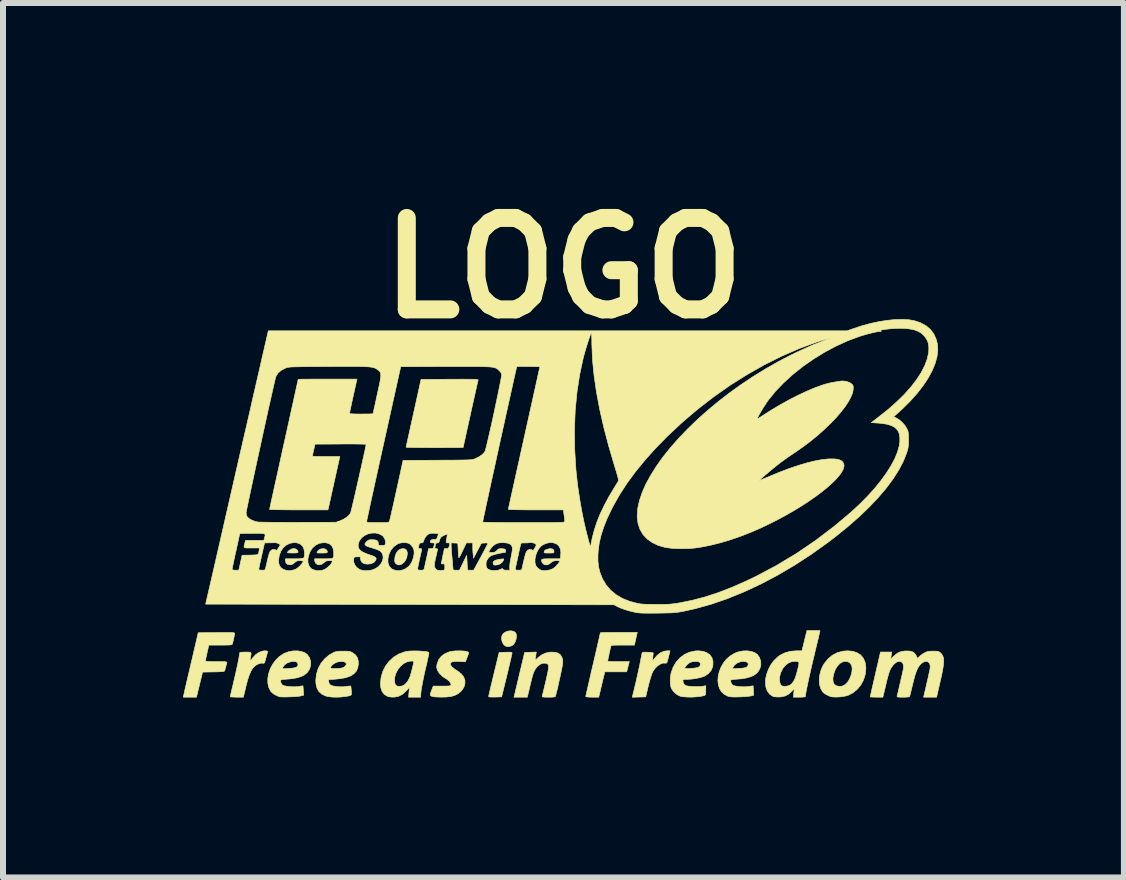
<source format=kicad_pcb>
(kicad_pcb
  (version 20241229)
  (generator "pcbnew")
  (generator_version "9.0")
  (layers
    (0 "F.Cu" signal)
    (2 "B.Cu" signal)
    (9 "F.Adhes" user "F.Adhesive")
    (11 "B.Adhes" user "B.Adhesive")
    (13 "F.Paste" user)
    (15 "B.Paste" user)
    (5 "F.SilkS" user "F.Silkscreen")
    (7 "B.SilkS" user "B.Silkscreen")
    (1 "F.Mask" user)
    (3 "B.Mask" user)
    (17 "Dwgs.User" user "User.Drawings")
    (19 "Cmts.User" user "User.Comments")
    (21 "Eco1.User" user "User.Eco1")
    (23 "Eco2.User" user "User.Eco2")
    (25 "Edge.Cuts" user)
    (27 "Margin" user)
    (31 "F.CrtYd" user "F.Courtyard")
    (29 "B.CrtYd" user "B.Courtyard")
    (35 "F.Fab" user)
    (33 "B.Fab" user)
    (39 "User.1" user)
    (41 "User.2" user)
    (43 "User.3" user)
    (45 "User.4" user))
  (footprint "LOGO"
    (layer "F.Cu")
    (at 6.344 5.418)
    (property "Reference" "LOGO" (at 0 -4 0) (layer "F.SilkS") (effects (font (size 1.524 1.524) (thickness 0.3))))
    (attr through_hole)
    (fp_poly (pts (xy -4.463 0.683) (xy -4.44 0.701) (xy -4.427 0.723) (xy -4.425 0.738) (xy -4.437 0.747) (xy -4.466 0.75) (xy -4.514 0.751) (xy -4.514 0.751) (xy -4.554 0.75) (xy -4.586 0.748) (xy -4.602 0.744) (xy -4.604 0.742) (xy -4.596 0.729) (xy -4.578 0.711) (xy -4.571 0.705) (xy -4.535 0.684) (xy -4.497 0.676) (xy -4.463 0.683)) (stroke (width 0.01) (type solid)) (fill yes) (layer "F.SilkS"))
    (fp_poly (pts (xy -3.982 0.681) (xy -3.955 0.695) (xy -3.939 0.718) (xy -3.937 0.734) (xy -3.94 0.742) (xy -3.951 0.748) (xy -3.974 0.75) (xy -4.013 0.751) (xy -4.027 0.751) (xy -4.071 0.751) (xy -4.097 0.75) (xy -4.109 0.746) (xy -4.11 0.739) (xy -4.107 0.731) (xy -4.083 0.703) (xy -4.051 0.685) (xy -4.016 0.678) (xy -3.982 0.681)) (stroke (width 0.01) (type solid)) (fill yes) (layer "F.SilkS"))
    (fp_poly (pts (xy -2.641 0.684) (xy -2.616 0.704) (xy -2.605 0.74) (xy -2.604 0.763) (xy -2.611 0.815) (xy -2.629 0.863) (xy -2.656 0.903) (xy -2.689 0.932) (xy -2.725 0.948) (xy -2.761 0.948) (xy -2.778 0.94) (xy -2.802 0.922) (xy -2.812 0.9) (xy -2.815 0.868) (xy -2.808 0.807) (xy -2.789 0.755) (xy -2.759 0.713) (xy -2.722 0.687) (xy -2.68 0.677) (xy -2.641 0.684)) (stroke (width 0.01) (type solid)) (fill yes) (layer "F.SilkS"))
    (fp_poly (pts (xy -0.998 0.849) (xy -0.995 0.851) (xy -1.003 0.876) (xy -1.023 0.904) (xy -1.05 0.928) (xy -1.062 0.935) (xy -1.096 0.947) (xy -1.13 0.952) (xy -1.157 0.951) (xy -1.168 0.945) (xy -1.173 0.93) (xy -1.175 0.913) (xy -1.168 0.892) (xy -1.145 0.876) (xy -1.14 0.874) (xy -1.114 0.865) (xy -1.08 0.857) (xy -1.046 0.852) (xy -1.016 0.849) (xy -0.998 0.849)) (stroke (width 0.01) (type solid)) (fill yes) (layer "F.SilkS"))
    (fp_poly (pts (xy -0.821 2.062) (xy -0.803 2.075) (xy -0.788 2.104) (xy -0.784 2.144) (xy -0.791 2.188) (xy -0.806 2.232) (xy -0.828 2.269) (xy -0.85 2.289) (xy -0.887 2.305) (xy -0.928 2.311) (xy -0.959 2.307) (xy -0.991 2.284) (xy -1.016 2.247) (xy -1.03 2.203) (xy -1.033 2.157) (xy -1.022 2.117) (xy -0.994 2.084) (xy -0.954 2.061) (xy -0.908 2.049) (xy -0.862 2.049) (xy -0.821 2.062)) (stroke (width 0.01) (type solid)) (fill yes) (layer "F.SilkS"))
    (fp_poly (pts (xy -0.183 0.684) (xy -0.163 0.703) (xy -0.159 0.727) (xy -0.16 0.739) (xy -0.166 0.746) (xy -0.182 0.75) (xy -0.212 0.751) (xy -0.245 0.751) (xy -0.287 0.751) (xy -0.312 0.749) (xy -0.323 0.744) (xy -0.325 0.737) (xy -0.324 0.735) (xy -0.318 0.718) (xy -0.318 0.714) (xy -0.308 0.704) (xy -0.286 0.693) (xy -0.257 0.684) (xy -0.229 0.678) (xy -0.22 0.677) (xy -0.183 0.684)) (stroke (width 0.01) (type solid)) (fill yes) (layer "F.SilkS"))
    (fp_poly (pts (xy -0.885 2.404) (xy -0.867 2.407) (xy -0.859 2.412) (xy -0.858 2.421) (xy -0.861 2.435) (xy -0.868 2.468) (xy -0.879 2.516) (xy -0.893 2.577) (xy -0.91 2.648) (xy -0.929 2.728) (xy -0.945 2.794) (xy -1.032 3.149) (xy -1.14 3.152) (xy -1.192 3.152) (xy -1.225 3.151) (xy -1.243 3.148) (xy -1.248 3.141) (xy -1.248 3.141) (xy -1.246 3.128) (xy -1.239 3.097) (xy -1.228 3.05) (xy -1.214 2.989) (xy -1.197 2.919) (xy -1.178 2.839) (xy -1.161 2.768) (xy -1.073 2.408) (xy -0.965 2.405) (xy -0.916 2.404) (xy -0.885 2.404)) (stroke (width 0.01) (type solid)) (fill yes) (layer "F.SilkS"))
    (fp_poly (pts (xy -1.604 -2.146) (xy -1.541 -2.146) (xy -1.494 -2.145) (xy -1.46 -2.143) (xy -1.438 -2.141) (xy -1.426 -2.138) (xy -1.423 -2.135) (xy -1.426 -2.123) (xy -1.433 -2.093) (xy -1.444 -2.046) (xy -1.457 -1.986) (xy -1.473 -1.915) (xy -1.491 -1.835) (xy -1.51 -1.748) (xy -1.531 -1.656) (xy -1.551 -1.563) (xy -1.572 -1.47) (xy -1.592 -1.379) (xy -1.611 -1.293) (xy -1.628 -1.215) (xy -1.643 -1.145) (xy -1.656 -1.088) (xy -1.665 -1.045) (xy -1.671 -1.018) (xy -1.672 -1.01) (xy -1.682 -1.009) (xy -1.712 -1.008) (xy -1.758 -1.007) (xy -1.819 -1.007) (xy -1.893 -1.006) (xy -1.977 -1.006) (xy -2.07 -1.005) (xy -2.148 -1.005) (xy -2.247 -1.006) (xy -2.338 -1.006) (xy -2.42 -1.007) (xy -2.491 -1.008) (xy -2.55 -1.009) (xy -2.592 -1.01) (xy -2.618 -1.012) (xy -2.624 -1.013) (xy -2.622 -1.025) (xy -2.616 -1.055) (xy -2.605 -1.102) (xy -2.592 -1.164) (xy -2.575 -1.239) (xy -2.556 -1.326) (xy -2.535 -1.421) (xy -2.512 -1.524) (xy -2.499 -1.582) (xy -2.375 -2.143) (xy -1.897 -2.146) (xy -1.78 -2.146) (xy -1.683 -2.147) (xy -1.604 -2.146)) (stroke (width 0.01) (type solid)) (fill yes) (layer "F.SilkS"))
    (fp_poly (pts (xy 1.749 2.487) (xy 1.737 2.534) (xy 1.728 2.565) (xy 1.72 2.581) (xy 1.712 2.588) (xy 1.701 2.587) (xy 1.698 2.586) (xy 1.657 2.586) (xy 1.613 2.603) (xy 1.567 2.633) (xy 1.525 2.675) (xy 1.49 2.725) (xy 1.485 2.735) (xy 1.473 2.764) (xy 1.458 2.808) (xy 1.441 2.863) (xy 1.424 2.925) (xy 1.413 2.969) (xy 1.37 3.149) (xy 1.258 3.152) (xy 1.146 3.155) (xy 1.192 2.966) (xy 1.21 2.89) (xy 1.229 2.805) (xy 1.248 2.721) (xy 1.264 2.645) (xy 1.271 2.614) (xy 1.282 2.556) (xy 1.292 2.504) (xy 1.301 2.462) (xy 1.306 2.434) (xy 1.308 2.426) (xy 1.311 2.414) (xy 1.319 2.407) (xy 1.335 2.404) (xy 1.364 2.404) (xy 1.405 2.405) (xy 1.449 2.407) (xy 1.48 2.411) (xy 1.495 2.417) (xy 1.496 2.418) (xy 1.494 2.434) (xy 1.491 2.463) (xy 1.488 2.492) (xy 1.485 2.527) (xy 1.485 2.543) (xy 1.488 2.545) (xy 1.497 2.533) (xy 1.5 2.53) (xy 1.557 2.461) (xy 1.615 2.414) (xy 1.677 2.388) (xy 1.727 2.381) (xy 1.776 2.381) (xy 1.749 2.487)) (stroke (width 0.01) (type solid)) (fill yes) (layer "F.SilkS"))
    (fp_poly (pts (xy -4.953 2.383) (xy -4.935 2.387) (xy -4.932 2.39) (xy -4.935 2.404) (xy -4.942 2.432) (xy -4.947 2.451) (xy -4.959 2.493) (xy -4.971 2.536) (xy -4.974 2.548) (xy -4.983 2.577) (xy -4.993 2.588) (xy -5.006 2.588) (xy -5.039 2.586) (xy -5.08 2.597) (xy -5.122 2.618) (xy -5.153 2.641) (xy -5.184 2.676) (xy -5.213 2.725) (xy -5.24 2.789) (xy -5.267 2.87) (xy -5.293 2.97) (xy -5.297 2.987) (xy -5.337 3.154) (xy -5.446 3.154) (xy -5.492 3.153) (xy -5.528 3.151) (xy -5.551 3.149) (xy -5.556 3.147) (xy -5.554 3.135) (xy -5.547 3.105) (xy -5.537 3.061) (xy -5.524 3.005) (xy -5.508 2.941) (xy -5.499 2.9) (xy -5.481 2.824) (xy -5.463 2.745) (xy -5.446 2.668) (xy -5.43 2.595) (xy -5.417 2.53) (xy -5.407 2.475) (xy -5.4 2.435) (xy -5.398 2.412) (xy -5.397 2.411) (xy -5.388 2.407) (xy -5.361 2.404) (xy -5.324 2.403) (xy -5.302 2.402) (xy -5.255 2.403) (xy -5.226 2.405) (xy -5.212 2.413) (xy -5.208 2.431) (xy -5.213 2.461) (xy -5.218 2.487) (xy -5.223 2.519) (xy -5.225 2.541) (xy -5.224 2.548) (xy -5.216 2.542) (xy -5.2 2.523) (xy -5.181 2.498) (xy -5.133 2.446) (xy -5.077 2.408) (xy -5.019 2.386) (xy -4.982 2.381) (xy -4.953 2.383)) (stroke (width 0.01) (type solid)) (fill yes) (layer "F.SilkS"))
    (fp_poly (pts (xy 4.822 2.389) (xy 4.895 2.414) (xy 4.955 2.453) (xy 4.999 2.507) (xy 5.028 2.574) (xy 5.04 2.655) (xy 5.04 2.678) (xy 5.03 2.775) (xy 5.001 2.867) (xy 4.956 2.951) (xy 4.896 3.023) (xy 4.824 3.082) (xy 4.745 3.123) (xy 4.704 3.134) (xy 4.651 3.144) (xy 4.593 3.15) (xy 4.536 3.152) (xy 4.488 3.15) (xy 4.456 3.145) (xy 4.416 3.129) (xy 4.375 3.108) (xy 4.342 3.086) (xy 4.326 3.073) (xy 4.292 3.019) (xy 4.27 2.953) (xy 4.263 2.879) (xy 4.265 2.842) (xy 4.49 2.842) (xy 4.494 2.897) (xy 4.512 2.937) (xy 4.544 2.963) (xy 4.592 2.974) (xy 4.603 2.974) (xy 4.644 2.97) (xy 4.68 2.954) (xy 4.696 2.943) (xy 4.734 2.905) (xy 4.766 2.855) (xy 4.791 2.796) (xy 4.807 2.735) (xy 4.812 2.677) (xy 4.804 2.628) (xy 4.801 2.622) (xy 4.778 2.586) (xy 4.747 2.566) (xy 4.699 2.556) (xy 4.651 2.566) (xy 4.606 2.593) (xy 4.565 2.637) (xy 4.53 2.694) (xy 4.505 2.764) (xy 4.502 2.772) (xy 4.49 2.842) (xy 4.265 2.842) (xy 4.268 2.8) (xy 4.287 2.719) (xy 4.318 2.642) (xy 4.345 2.596) (xy 4.409 2.516) (xy 4.483 2.454) (xy 4.567 2.411) (xy 4.66 2.387) (xy 4.735 2.381) (xy 4.822 2.389)) (stroke (width 0.01) (type solid)) (fill yes) (layer "F.SilkS"))
    (fp_poly (pts (xy -5.573 2.076) (xy -5.534 2.077) (xy -5.507 2.079) (xy -5.492 2.082) (xy -5.484 2.086) (xy -5.482 2.089) (xy -5.484 2.106) (xy -5.49 2.138) (xy -5.498 2.176) (xy -5.507 2.216) (xy -5.516 2.251) (xy -5.52 2.267) (xy -5.524 2.274) (xy -5.533 2.279) (xy -5.549 2.282) (xy -5.575 2.284) (xy -5.616 2.285) (xy -5.672 2.286) (xy -5.719 2.286) (xy -5.913 2.286) (xy -5.941 2.41) (xy -5.952 2.46) (xy -5.961 2.502) (xy -5.967 2.533) (xy -5.969 2.548) (xy -5.964 2.553) (xy -5.947 2.557) (xy -5.915 2.559) (xy -5.868 2.561) (xy -5.801 2.561) (xy -5.788 2.561) (xy -5.723 2.561) (xy -5.675 2.562) (xy -5.643 2.563) (xy -5.624 2.566) (xy -5.615 2.57) (xy -5.612 2.575) (xy -5.613 2.58) (xy -5.619 2.601) (xy -5.627 2.633) (xy -5.63 2.646) (xy -5.639 2.679) (xy -5.646 2.705) (xy -5.647 2.712) (xy -5.651 2.718) (xy -5.661 2.723) (xy -5.678 2.727) (xy -5.707 2.729) (xy -5.751 2.731) (xy -5.811 2.733) (xy -5.835 2.733) (xy -6.017 2.736) (xy -6.068 2.945) (xy -6.119 3.154) (xy -6.339 3.154) (xy -6.333 3.125) (xy -6.329 3.109) (xy -6.321 3.074) (xy -6.31 3.024) (xy -6.295 2.959) (xy -6.277 2.882) (xy -6.257 2.794) (xy -6.234 2.699) (xy -6.211 2.598) (xy -6.208 2.588) (xy -6.09 2.08) (xy -5.786 2.077) (xy -5.697 2.076) (xy -5.626 2.076) (xy -5.573 2.076)) (stroke (width 0.01) (type solid)) (fill yes) (layer "F.SilkS"))
    (fp_poly (pts (xy 1.224 2.098) (xy 1.219 2.119) (xy 1.211 2.154) (xy 1.202 2.196) (xy 1.2 2.204) (xy 1.182 2.286) (xy 0.988 2.286) (xy 0.92 2.286) (xy 0.87 2.287) (xy 0.835 2.288) (xy 0.812 2.29) (xy 0.799 2.294) (xy 0.792 2.299) (xy 0.789 2.307) (xy 0.788 2.31) (xy 0.775 2.364) (xy 0.763 2.418) (xy 0.753 2.468) (xy 0.744 2.51) (xy 0.739 2.541) (xy 0.739 2.555) (xy 0.739 2.556) (xy 0.751 2.558) (xy 0.78 2.559) (xy 0.824 2.56) (xy 0.877 2.561) (xy 0.921 2.561) (xy 1.097 2.561) (xy 1.075 2.646) (xy 1.053 2.731) (xy 0.689 2.731) (xy 0.679 2.77) (xy 0.673 2.794) (xy 0.663 2.834) (xy 0.651 2.885) (xy 0.637 2.944) (xy 0.628 2.982) (xy 0.587 3.154) (xy 0.479 3.154) (xy 0.431 3.153) (xy 0.395 3.15) (xy 0.374 3.146) (xy 0.37 3.144) (xy 0.373 3.132) (xy 0.379 3.101) (xy 0.39 3.054) (xy 0.404 2.992) (xy 0.421 2.917) (xy 0.441 2.832) (xy 0.462 2.738) (xy 0.486 2.637) (xy 0.492 2.61) (xy 0.516 2.508) (xy 0.538 2.413) (xy 0.558 2.326) (xy 0.576 2.248) (xy 0.591 2.184) (xy 0.602 2.133) (xy 0.61 2.098) (xy 0.614 2.082) (xy 0.614 2.081) (xy 0.624 2.079) (xy 0.653 2.078) (xy 0.697 2.076) (xy 0.755 2.075) (xy 0.824 2.075) (xy 0.9 2.074) (xy 0.922 2.074) (xy 1.23 2.074) (xy 1.224 2.098)) (stroke (width 0.01) (type solid)) (fill yes) (layer "F.SilkS"))
    (fp_poly (pts (xy -1.684 2.383) (xy -1.635 2.388) (xy -1.616 2.393) (xy -1.597 2.398) (xy -1.586 2.404) (xy -1.582 2.415) (xy -1.586 2.435) (xy -1.598 2.468) (xy -1.612 2.503) (xy -1.636 2.565) (xy -1.694 2.561) (xy -1.766 2.557) (xy -1.819 2.559) (xy -1.855 2.565) (xy -1.878 2.578) (xy -1.887 2.594) (xy -1.883 2.619) (xy -1.859 2.65) (xy -1.817 2.685) (xy -1.764 2.719) (xy -1.705 2.765) (xy -1.665 2.816) (xy -1.644 2.872) (xy -1.643 2.93) (xy -1.661 2.989) (xy -1.699 3.044) (xy -1.713 3.059) (xy -1.76 3.097) (xy -1.813 3.124) (xy -1.875 3.142) (xy -1.951 3.151) (xy -2.03 3.153) (xy -2.082 3.152) (xy -2.128 3.15) (xy -2.164 3.147) (xy -2.182 3.143) (xy -2.207 3.135) (xy -2.22 3.125) (xy -2.222 3.108) (xy -2.215 3.08) (xy -2.202 3.046) (xy -2.172 2.969) (xy -2.026 2.969) (xy -1.967 2.969) (xy -1.927 2.968) (xy -1.9 2.966) (xy -1.885 2.962) (xy -1.878 2.957) (xy -1.876 2.948) (xy -1.875 2.947) (xy -1.881 2.919) (xy -1.903 2.888) (xy -1.937 2.86) (xy -1.959 2.846) (xy -2.015 2.81) (xy -2.063 2.765) (xy -2.095 2.717) (xy -2.102 2.703) (xy -2.112 2.67) (xy -2.114 2.642) (xy -2.109 2.607) (xy -2.107 2.599) (xy -2.082 2.532) (xy -2.039 2.475) (xy -1.979 2.43) (xy -1.904 2.398) (xy -1.901 2.397) (xy -1.859 2.389) (xy -1.804 2.383) (xy -1.743 2.382) (xy -1.684 2.383)) (stroke (width 0.01) (type solid)) (fill yes) (layer "F.SilkS"))
    (fp_poly (pts (xy -2.421 2.384) (xy -2.354 2.388) (xy -2.306 2.392) (xy -2.273 2.397) (xy -2.254 2.404) (xy -2.245 2.413) (xy -2.244 2.421) (xy -2.246 2.436) (xy -2.253 2.468) (xy -2.263 2.514) (xy -2.275 2.571) (xy -2.29 2.635) (xy -2.297 2.662) (xy -2.321 2.767) (xy -2.341 2.865) (xy -2.358 2.952) (xy -2.371 3.026) (xy -2.378 3.085) (xy -2.381 3.125) (xy -2.381 3.154) (xy -2.583 3.154) (xy -2.576 3.072) (xy -2.569 2.99) (xy -2.62 3.047) (xy -2.68 3.102) (xy -2.744 3.137) (xy -2.813 3.152) (xy -2.842 3.153) (xy -2.882 3.151) (xy -2.919 3.145) (xy -2.937 3.139) (xy -2.989 3.106) (xy -3.025 3.057) (xy -3.046 2.995) (xy -3.052 2.926) (xy -3.045 2.86) (xy -2.818 2.86) (xy -2.815 2.913) (xy -2.801 2.949) (xy -2.774 2.969) (xy -2.74 2.974) (xy -2.704 2.97) (xy -2.671 2.96) (xy -2.667 2.958) (xy -2.629 2.928) (xy -2.593 2.882) (xy -2.563 2.823) (xy -2.56 2.816) (xy -2.551 2.786) (xy -2.539 2.745) (xy -2.527 2.698) (xy -2.515 2.65) (xy -2.505 2.607) (xy -2.499 2.575) (xy -2.498 2.561) (xy -2.507 2.553) (xy -2.532 2.551) (xy -2.569 2.556) (xy -2.61 2.566) (xy -2.665 2.593) (xy -2.716 2.636) (xy -2.76 2.691) (xy -2.793 2.754) (xy -2.814 2.82) (xy -2.818 2.86) (xy -3.045 2.86) (xy -3.041 2.822) (xy -3.012 2.723) (xy -2.966 2.633) (xy -2.905 2.554) (xy -2.831 2.486) (xy -2.745 2.434) (xy -2.649 2.399) (xy -2.617 2.391) (xy -2.562 2.385) (xy -2.49 2.383) (xy -2.421 2.384)) (stroke (width 0.01) (type solid)) (fill yes) (layer "F.SilkS"))
    (fp_poly (pts (xy -4.37 2.392) (xy -4.313 2.413) (xy -4.273 2.442) (xy -4.235 2.495) (xy -4.216 2.556) (xy -4.215 2.619) (xy -4.231 2.68) (xy -4.265 2.735) (xy -4.274 2.745) (xy -4.319 2.782) (xy -4.377 2.811) (xy -4.451 2.833) (xy -4.541 2.848) (xy -4.617 2.854) (xy -4.666 2.858) (xy -4.698 2.862) (xy -4.714 2.87) (xy -4.719 2.883) (xy -4.714 2.903) (xy -4.709 2.919) (xy -4.689 2.949) (xy -4.664 2.962) (xy -4.616 2.972) (xy -4.557 2.979) (xy -4.494 2.981) (xy -4.436 2.979) (xy -4.409 2.975) (xy -4.375 2.969) (xy -4.352 2.966) (xy -4.344 2.966) (xy -4.342 2.977) (xy -4.34 3.004) (xy -4.337 3.04) (xy -4.337 3.044) (xy -4.332 3.12) (xy -4.375 3.132) (xy -4.404 3.138) (xy -4.447 3.142) (xy -4.499 3.146) (xy -4.557 3.148) (xy -4.614 3.15) (xy -4.667 3.15) (xy -4.709 3.149) (xy -4.737 3.146) (xy -4.741 3.145) (xy -4.795 3.122) (xy -4.841 3.094) (xy -4.875 3.064) (xy -4.879 3.058) (xy -4.913 2.994) (xy -4.929 2.921) (xy -4.93 2.843) (xy -4.916 2.763) (xy -4.889 2.683) (xy -4.888 2.681) (xy -4.69 2.681) (xy -4.584 2.675) (xy -4.525 2.671) (xy -4.483 2.664) (xy -4.455 2.655) (xy -4.45 2.652) (xy -4.43 2.632) (xy -4.426 2.606) (xy -4.426 2.606) (xy -4.438 2.576) (xy -4.467 2.56) (xy -4.511 2.557) (xy -4.54 2.561) (xy -4.602 2.581) (xy -4.649 2.614) (xy -4.674 2.648) (xy -4.69 2.681) (xy -4.888 2.681) (xy -4.85 2.607) (xy -4.799 2.538) (xy -4.739 2.478) (xy -4.669 2.431) (xy -4.649 2.421) (xy -4.581 2.396) (xy -4.508 2.383) (xy -4.436 2.382) (xy -4.37 2.392)) (stroke (width 0.01) (type solid)) (fill yes) (layer "F.SilkS"))
    (fp_poly (pts (xy 3.134 2.392) (xy 3.19 2.413) (xy 3.231 2.442) (xy 3.268 2.495) (xy 3.287 2.556) (xy 3.289 2.619) (xy 3.273 2.68) (xy 3.239 2.735) (xy 3.23 2.745) (xy 3.185 2.782) (xy 3.126 2.811) (xy 3.053 2.833) (xy 2.963 2.848) (xy 2.887 2.854) (xy 2.837 2.858) (xy 2.806 2.862) (xy 2.789 2.87) (xy 2.785 2.883) (xy 2.79 2.903) (xy 2.795 2.919) (xy 2.814 2.949) (xy 2.84 2.962) (xy 2.887 2.972) (xy 2.947 2.979) (xy 3.01 2.981) (xy 3.068 2.979) (xy 3.095 2.975) (xy 3.128 2.969) (xy 3.152 2.966) (xy 3.16 2.966) (xy 3.161 2.977) (xy 3.164 3.004) (xy 3.166 3.04) (xy 3.166 3.045) (xy 3.17 3.121) (xy 3.128 3.133) (xy 3.101 3.137) (xy 3.059 3.142) (xy 3.006 3.146) (xy 2.949 3.149) (xy 2.937 3.149) (xy 2.873 3.151) (xy 2.825 3.15) (xy 2.789 3.148) (xy 2.76 3.143) (xy 2.736 3.136) (xy 2.677 3.105) (xy 2.631 3.062) (xy 2.599 3.007) (xy 2.58 2.944) (xy 2.573 2.875) (xy 2.579 2.802) (xy 2.596 2.728) (xy 2.615 2.681) (xy 2.813 2.681) (xy 2.919 2.675) (xy 2.98 2.671) (xy 3.023 2.664) (xy 3.05 2.654) (xy 3.053 2.653) (xy 3.073 2.63) (xy 3.08 2.603) (xy 3.072 2.58) (xy 3.067 2.575) (xy 3.03 2.559) (xy 2.981 2.557) (xy 2.954 2.562) (xy 2.895 2.584) (xy 2.851 2.618) (xy 2.83 2.648) (xy 2.813 2.681) (xy 2.615 2.681) (xy 2.625 2.655) (xy 2.664 2.586) (xy 2.714 2.523) (xy 2.775 2.469) (xy 2.845 2.426) (xy 2.854 2.421) (xy 2.923 2.396) (xy 2.996 2.383) (xy 3.067 2.382) (xy 3.134 2.392)) (stroke (width 0.01) (type solid)) (fill yes) (layer "F.SilkS"))
    (fp_poly (pts (xy -3.621 2.387) (xy -3.585 2.389) (xy -3.559 2.394) (xy -3.536 2.402) (xy -3.514 2.415) (xy -3.465 2.452) (xy -3.435 2.498) (xy -3.421 2.555) (xy -3.42 2.603) (xy -3.431 2.669) (xy -3.457 2.724) (xy -3.499 2.768) (xy -3.557 2.803) (xy -3.632 2.829) (xy -3.725 2.846) (xy -3.807 2.854) (xy -3.916 2.861) (xy -3.916 2.89) (xy -3.909 2.92) (xy -3.897 2.942) (xy -3.874 2.957) (xy -3.835 2.969) (xy -3.785 2.977) (xy -3.729 2.981) (xy -3.672 2.981) (xy -3.621 2.976) (xy -3.585 2.97) (xy -3.559 2.968) (xy -3.547 2.969) (xy -3.544 2.981) (xy -3.541 3.008) (xy -3.538 3.045) (xy -3.537 3.046) (xy -3.535 3.082) (xy -3.536 3.105) (xy -3.544 3.12) (xy -3.563 3.129) (xy -3.595 3.136) (xy -3.641 3.143) (xy -3.711 3.151) (xy -3.784 3.154) (xy -3.856 3.152) (xy -3.918 3.145) (xy -3.966 3.134) (xy -3.967 3.134) (xy -4.03 3.103) (xy -4.078 3.06) (xy -4.11 3.004) (xy -4.126 2.934) (xy -4.13 2.873) (xy -4.119 2.771) (xy -4.089 2.675) (xy -4.082 2.662) (xy -3.885 2.662) (xy -3.876 2.672) (xy -3.85 2.676) (xy -3.805 2.677) (xy -3.784 2.676) (xy -3.732 2.673) (xy -3.696 2.668) (xy -3.672 2.66) (xy -3.654 2.65) (xy -3.627 2.622) (xy -3.62 2.597) (xy -3.632 2.577) (xy -3.66 2.563) (xy -3.705 2.558) (xy -3.709 2.558) (xy -3.776 2.569) (xy -3.832 2.598) (xy -3.859 2.622) (xy -3.879 2.646) (xy -3.885 2.662) (xy -4.082 2.662) (xy -4.042 2.588) (xy -3.979 2.511) (xy -3.903 2.448) (xy -3.836 2.411) (xy -3.807 2.399) (xy -3.778 2.392) (xy -3.742 2.388) (xy -3.694 2.387) (xy -3.672 2.387) (xy -3.621 2.387)) (stroke (width 0.01) (type solid)) (fill yes) (layer "F.SilkS"))
    (fp_poly (pts (xy 2.322 2.389) (xy 2.387 2.411) (xy 2.438 2.447) (xy 2.473 2.494) (xy 2.491 2.553) (xy 2.49 2.62) (xy 2.487 2.643) (xy 2.464 2.702) (xy 2.423 2.754) (xy 2.367 2.795) (xy 2.326 2.813) (xy 2.271 2.829) (xy 2.203 2.843) (xy 2.13 2.853) (xy 2.06 2.857) (xy 2.047 2.857) (xy 2.014 2.858) (xy 1.996 2.863) (xy 1.99 2.872) (xy 1.99 2.878) (xy 1.998 2.921) (xy 2.023 2.951) (xy 2.05 2.964) (xy 2.082 2.971) (xy 2.129 2.975) (xy 2.183 2.978) (xy 2.239 2.978) (xy 2.29 2.976) (xy 2.329 2.971) (xy 2.331 2.971) (xy 2.371 2.962) (xy 2.371 3.042) (xy 2.371 3.08) (xy 2.368 3.105) (xy 2.359 3.12) (xy 2.34 3.129) (xy 2.307 3.136) (xy 2.265 3.143) (xy 2.205 3.149) (xy 2.138 3.153) (xy 2.071 3.152) (xy 2.009 3.148) (xy 1.959 3.141) (xy 1.944 3.137) (xy 1.894 3.113) (xy 1.848 3.075) (xy 1.811 3.03) (xy 1.791 2.989) (xy 1.781 2.934) (xy 1.779 2.869) (xy 1.784 2.801) (xy 1.794 2.748) (xy 1.822 2.669) (xy 2.021 2.669) (xy 2.031 2.674) (xy 2.056 2.676) (xy 2.093 2.676) (xy 2.134 2.674) (xy 2.176 2.67) (xy 2.213 2.665) (xy 2.241 2.659) (xy 2.247 2.656) (xy 2.272 2.636) (xy 2.283 2.609) (xy 2.278 2.582) (xy 2.272 2.574) (xy 2.249 2.563) (xy 2.213 2.558) (xy 2.171 2.56) (xy 2.132 2.567) (xy 2.108 2.576) (xy 2.083 2.593) (xy 2.056 2.618) (xy 2.034 2.643) (xy 2.022 2.664) (xy 2.021 2.669) (xy 1.822 2.669) (xy 1.829 2.652) (xy 1.878 2.568) (xy 1.942 2.497) (xy 2.016 2.442) (xy 2.1 2.404) (xy 2.192 2.384) (xy 2.243 2.381) (xy 2.322 2.389)) (stroke (width 0.01) (type solid)) (fill yes) (layer "F.SilkS"))
    (fp_poly (pts (xy 4.212 2.043) (xy 4.248 2.044) (xy 4.27 2.045) (xy 4.276 2.047) (xy 4.273 2.058) (xy 4.266 2.087) (xy 4.256 2.132) (xy 4.242 2.192) (xy 4.225 2.263) (xy 4.205 2.344) (xy 4.184 2.433) (xy 4.175 2.473) (xy 4.145 2.597) (xy 4.118 2.714) (xy 4.094 2.82) (xy 4.074 2.914) (xy 4.057 2.995) (xy 4.044 3.061) (xy 4.036 3.11) (xy 4.032 3.14) (xy 4.032 3.144) (xy 4.022 3.148) (xy 3.996 3.152) (xy 3.958 3.154) (xy 3.932 3.154) (xy 3.832 3.154) (xy 3.839 3.083) (xy 3.845 3.012) (xy 3.81 3.051) (xy 3.755 3.102) (xy 3.695 3.134) (xy 3.624 3.149) (xy 3.605 3.15) (xy 3.562 3.15) (xy 3.524 3.148) (xy 3.499 3.143) (xy 3.472 3.13) (xy 3.442 3.108) (xy 3.433 3.1) (xy 3.396 3.05) (xy 3.374 2.988) (xy 3.366 2.919) (xy 3.368 2.875) (xy 3.601 2.875) (xy 3.608 2.919) (xy 3.624 2.952) (xy 3.643 2.967) (xy 3.678 2.973) (xy 3.722 2.97) (xy 3.762 2.96) (xy 3.775 2.953) (xy 3.808 2.927) (xy 3.835 2.891) (xy 3.859 2.842) (xy 3.881 2.776) (xy 3.895 2.726) (xy 3.91 2.665) (xy 3.92 2.622) (xy 3.924 2.593) (xy 3.923 2.575) (xy 3.916 2.565) (xy 3.903 2.56) (xy 3.887 2.558) (xy 3.823 2.558) (xy 3.762 2.577) (xy 3.708 2.614) (xy 3.661 2.666) (xy 3.626 2.732) (xy 3.614 2.766) (xy 3.602 2.822) (xy 3.601 2.875) (xy 3.368 2.875) (xy 3.37 2.843) (xy 3.388 2.766) (xy 3.417 2.688) (xy 3.456 2.614) (xy 3.506 2.546) (xy 3.565 2.488) (xy 3.609 2.455) (xy 3.691 2.414) (xy 3.782 2.389) (xy 3.883 2.381) (xy 3.975 2.381) (xy 4.016 2.212) (xy 4.058 2.043) (xy 4.167 2.043) (xy 4.212 2.043)) (stroke (width 0.01) (type solid)) (fill yes) (layer "F.SilkS"))
    (fp_poly (pts (xy -0.461 2.452) (xy -0.466 2.487) (xy -0.471 2.516) (xy -0.473 2.524) (xy -0.472 2.532) (xy -0.459 2.525) (xy -0.434 2.504) (xy -0.43 2.5) (xy -0.363 2.448) (xy -0.294 2.417) (xy -0.219 2.403) (xy -0.197 2.403) (xy -0.135 2.406) (xy -0.089 2.42) (xy -0.055 2.444) (xy -0.031 2.481) (xy -0.029 2.486) (xy -0.018 2.513) (xy -0.013 2.536) (xy -0.013 2.564) (xy -0.017 2.604) (xy -0.019 2.619) (xy -0.024 2.651) (xy -0.033 2.698) (xy -0.046 2.758) (xy -0.06 2.825) (xy -0.076 2.895) (xy -0.091 2.965) (xy -0.106 3.029) (xy -0.12 3.083) (xy -0.13 3.124) (xy -0.133 3.135) (xy -0.138 3.144) (xy -0.15 3.149) (xy -0.172 3.152) (xy -0.208 3.154) (xy -0.25 3.154) (xy -0.3 3.154) (xy -0.332 3.152) (xy -0.349 3.149) (xy -0.356 3.144) (xy -0.356 3.136) (xy -0.356 3.135) (xy -0.349 3.111) (xy -0.339 3.07) (xy -0.326 3.018) (xy -0.312 2.958) (xy -0.297 2.896) (xy -0.283 2.834) (xy -0.271 2.779) (xy -0.261 2.734) (xy -0.255 2.703) (xy -0.254 2.702) (xy -0.249 2.653) (xy -0.252 2.62) (xy -0.267 2.599) (xy -0.295 2.588) (xy -0.296 2.588) (xy -0.344 2.588) (xy -0.392 2.607) (xy -0.437 2.645) (xy -0.439 2.647) (xy -0.462 2.675) (xy -0.481 2.705) (xy -0.498 2.74) (xy -0.513 2.785) (xy -0.529 2.843) (xy -0.547 2.917) (xy -0.55 2.926) (xy -0.563 2.983) (xy -0.575 3.036) (xy -0.586 3.08) (xy -0.593 3.109) (xy -0.594 3.114) (xy -0.604 3.154) (xy -0.826 3.154) (xy -0.818 3.125) (xy -0.814 3.108) (xy -0.806 3.073) (xy -0.794 3.022) (xy -0.779 2.959) (xy -0.762 2.887) (xy -0.743 2.806) (xy -0.73 2.752) (xy -0.648 2.408) (xy -0.551 2.405) (xy -0.454 2.402) (xy -0.461 2.452)) (stroke (width 0.01) (type solid)) (fill yes) (layer "F.SilkS"))
    (fp_poly (pts (xy 5.767 2.385) (xy 5.814 2.396) (xy 5.848 2.418) (xy 5.875 2.454) (xy 5.88 2.463) (xy 5.901 2.509) (xy 5.931 2.478) (xy 5.957 2.455) (xy 5.993 2.43) (xy 6.015 2.417) (xy 6.045 2.402) (xy 6.072 2.393) (xy 6.103 2.388) (xy 6.146 2.387) (xy 6.161 2.387) (xy 6.206 2.387) (xy 6.236 2.389) (xy 6.256 2.395) (xy 6.272 2.405) (xy 6.286 2.417) (xy 6.307 2.441) (xy 6.323 2.468) (xy 6.333 2.499) (xy 6.337 2.537) (xy 6.336 2.585) (xy 6.329 2.645) (xy 6.317 2.718) (xy 6.298 2.808) (xy 6.275 2.91) (xy 6.219 3.154) (xy 6.003 3.154) (xy 6.013 3.111) (xy 6.018 3.087) (xy 6.028 3.046) (xy 6.04 2.994) (xy 6.053 2.934) (xy 6.063 2.892) (xy 6.078 2.83) (xy 6.09 2.772) (xy 6.101 2.723) (xy 6.109 2.687) (xy 6.111 2.672) (xy 6.112 2.622) (xy 6.099 2.586) (xy 6.074 2.564) (xy 6.042 2.557) (xy 6.004 2.567) (xy 5.964 2.593) (xy 5.943 2.615) (xy 5.919 2.647) (xy 5.898 2.685) (xy 5.879 2.731) (xy 5.859 2.79) (xy 5.839 2.864) (xy 5.821 2.937) (xy 5.806 2.997) (xy 5.793 3.051) (xy 5.783 3.094) (xy 5.775 3.124) (xy 5.772 3.135) (xy 5.767 3.144) (xy 5.755 3.149) (xy 5.732 3.152) (xy 5.695 3.154) (xy 5.661 3.154) (xy 5.613 3.154) (xy 5.582 3.152) (xy 5.566 3.149) (xy 5.56 3.143) (xy 5.56 3.135) (xy 5.566 3.113) (xy 5.576 3.074) (xy 5.588 3.024) (xy 5.601 2.965) (xy 5.616 2.902) (xy 5.63 2.839) (xy 5.644 2.781) (xy 5.655 2.73) (xy 5.663 2.693) (xy 5.667 2.672) (xy 5.668 2.622) (xy 5.654 2.586) (xy 5.63 2.564) (xy 5.597 2.557) (xy 5.559 2.566) (xy 5.52 2.593) (xy 5.5 2.614) (xy 5.477 2.643) (xy 5.458 2.671) (xy 5.442 2.703) (xy 5.427 2.742) (xy 5.412 2.792) (xy 5.395 2.855) (xy 5.376 2.935) (xy 5.376 2.937) (xy 5.363 2.992) (xy 5.35 3.043) (xy 5.34 3.085) (xy 5.333 3.112) (xy 5.333 3.114) (xy 5.323 3.154) (xy 5.217 3.154) (xy 5.173 3.153) (xy 5.138 3.152) (xy 5.116 3.151) (xy 5.112 3.15) (xy 5.114 3.139) (xy 5.121 3.11) (xy 5.131 3.065) (xy 5.144 3.007) (xy 5.16 2.938) (xy 5.178 2.861) (xy 5.19 2.808) (xy 5.209 2.725) (xy 5.227 2.648) (xy 5.244 2.578) (xy 5.257 2.519) (xy 5.267 2.474) (xy 5.274 2.445) (xy 5.276 2.437) (xy 5.283 2.402) (xy 5.473 2.402) (xy 5.466 2.442) (xy 5.46 2.474) (xy 5.454 2.501) (xy 5.453 2.503) (xy 5.455 2.51) (xy 5.469 2.502) (xy 5.496 2.479) (xy 5.5 2.475) (xy 5.547 2.434) (xy 5.59 2.408) (xy 5.634 2.393) (xy 5.687 2.385) (xy 5.704 2.384) (xy 5.767 2.385)) (stroke (width 0.01) (type solid)) (fill yes) (layer "F.SilkS"))
    (fp_poly (pts (xy 5.757 -3.138) (xy 5.848 -3.122) (xy 5.954 -3.086) (xy 6.044 -3.037) (xy 6.117 -2.975) (xy 6.173 -2.9) (xy 6.213 -2.812) (xy 6.234 -2.727) (xy 6.239 -2.627) (xy 6.226 -2.52) (xy 6.194 -2.406) (xy 6.145 -2.288) (xy 6.079 -2.166) (xy 5.996 -2.041) (xy 5.898 -1.914) (xy 5.784 -1.786) (xy 5.656 -1.658) (xy 5.596 -1.603) (xy 5.503 -1.521) (xy 5.545 -1.502) (xy 5.594 -1.472) (xy 5.644 -1.429) (xy 5.689 -1.378) (xy 5.722 -1.326) (xy 5.723 -1.324) (xy 5.735 -1.297) (xy 5.744 -1.273) (xy 5.748 -1.246) (xy 5.751 -1.212) (xy 5.751 -1.164) (xy 5.751 -1.138) (xy 5.751 -1.078) (xy 5.748 -1.033) (xy 5.742 -0.994) (xy 5.732 -0.956) (xy 5.721 -0.921) (xy 5.665 -0.779) (xy 5.589 -0.633) (xy 5.493 -0.483) (xy 5.378 -0.328) (xy 5.244 -0.171) (xy 5.092 -0.011) (xy 4.922 0.152) (xy 4.734 0.316) (xy 4.529 0.482) (xy 4.408 0.574) (xy 4.133 0.771) (xy 3.855 0.952) (xy 3.575 1.117) (xy 3.295 1.265) (xy 3.015 1.396) (xy 2.738 1.509) (xy 2.464 1.604) (xy 2.194 1.679) (xy 2 1.722) (xy 1.955 1.73) (xy 1.914 1.737) (xy 1.874 1.742) (xy 1.832 1.746) (xy 1.783 1.749) (xy 1.723 1.75) (xy 1.65 1.752) (xy 1.566 1.753) (xy 1.476 1.754) (xy 1.403 1.754) (xy 1.346 1.753) (xy 1.299 1.752) (xy 1.261 1.749) (xy 1.228 1.745) (xy 1.197 1.74) (xy 1.18 1.736) (xy 1.101 1.717) (xy 1.021 1.693) (xy 0.947 1.666) (xy 0.887 1.638) (xy 0.884 1.636) (xy 0.841 1.614) (xy -2.562 1.609) (xy -5.966 1.603) (xy -5.832 1.021) (xy -5.524 1.021) (xy -5.519 1.031) (xy -5.5 1.036) (xy -5.469 1.037) (xy -5.413 1.037) (xy -5.41 1.022) (xy -5.08 1.022) (xy -5.073 1.032) (xy -5.051 1.036) (xy -5.027 1.037) (xy -4.995 1.036) (xy -4.978 1.031) (xy -4.971 1.019) (xy -4.969 1.013) (xy -4.949 0.927) (xy -4.933 0.86) (xy -4.933 0.857) (xy -4.749 0.857) (xy -4.748 0.918) (xy -4.734 0.964) (xy -4.705 1) (xy -4.667 1.025) (xy -4.611 1.043) (xy -4.548 1.044) (xy -4.485 1.029) (xy -4.454 1.014) (xy -4.427 0.995) (xy -4.397 0.968) (xy -4.37 0.938) (xy -4.349 0.911) (xy -4.339 0.89) (xy -4.339 0.888) (xy -4.349 0.883) (xy -4.373 0.879) (xy -4.394 0.878) (xy -4.43 0.88) (xy -4.455 0.889) (xy -4.479 0.908) (xy -4.485 0.913) (xy -4.514 0.936) (xy -4.542 0.946) (xy -4.563 0.947) (xy -4.602 0.94) (xy -4.626 0.918) (xy -4.635 0.882) (xy -4.636 0.876) (xy -4.636 0.848) (xy -4.261 0.848) (xy -4.26 0.912) (xy -4.243 0.965) (xy -4.211 1.006) (xy -4.178 1.027) (xy -4.112 1.045) (xy -4.042 1.043) (xy -4.01 1.035) (xy -3.973 1.019) (xy -3.935 0.992) (xy -3.899 0.96) (xy -3.871 0.927) (xy -3.855 0.897) (xy -3.499 0.897) (xy -3.481 0.946) (xy -3.448 0.99) (xy -3.402 1.023) (xy -3.38 1.033) (xy -3.323 1.045) (xy -3.258 1.045) (xy -3.192 1.033) (xy -3.134 1.01) (xy -3.131 1.009) (xy -3.079 0.971) (xy -3.041 0.926) (xy -3.017 0.877) (xy -3.011 0.849) (xy -2.927 0.849) (xy -2.926 0.913) (xy -2.908 0.966) (xy -2.872 1.008) (xy -2.844 1.026) (xy -2.789 1.043) (xy -2.727 1.044) (xy -2.665 1.028) (xy -2.653 1.022) (xy -2.434 1.022) (xy -2.425 1.031) (xy -2.402 1.036) (xy -2.374 1.038) (xy -2.347 1.035) (xy -2.329 1.028) (xy -2.326 1.024) (xy -2.322 1.01) (xy -2.315 0.978) (xy -2.306 0.937) (xy -2.153 0.937) (xy -2.151 0.981) (xy -2.133 1.016) (xy -2.101 1.037) (xy -2.06 1.043) (xy -2.048 1.041) (xy -2.019 1.038) (xy -2.003 1.037) (xy -1.989 1.035) (xy -1.982 1.025) (xy -1.979 1.002) (xy -1.979 0.983) (xy -1.98 0.952) (xy -1.984 0.937) (xy -1.994 0.932) (xy -2.008 0.933) (xy -2.029 0.932) (xy -2.037 0.926) (xy -2.035 0.912) (xy -2.029 0.882) (xy -2.021 0.84) (xy -2.012 0.796) (xy -1.986 0.677) (xy -1.951 0.677) (xy -1.928 0.675) (xy -1.915 0.664) (xy -1.906 0.638) (xy -1.906 0.638) (xy -1.897 0.606) (xy -1.897 0.589) (xy -1.906 0.583) (xy -1.926 0.582) (xy -1.926 0.582) (xy -1.94 0.581) (xy -1.873 0.581) (xy -1.873 0.621) (xy -1.872 0.645) (xy -1.869 0.686) (xy -1.866 0.738) (xy -1.861 0.798) (xy -1.857 0.841) (xy -1.852 0.901) (xy -1.848 0.953) (xy -1.844 0.994) (xy -1.842 1.021) (xy -1.842 1.029) (xy -1.832 1.034) (xy -1.808 1.037) (xy -1.788 1.037) (xy -1.735 1.037) (xy -1.674 0.913) (xy -1.614 0.789) (xy -1.607 0.911) (xy -1.605 0.959) (xy -1.602 0.998) (xy -1.6 1.025) (xy -1.599 1.035) (xy -1.589 1.036) (xy -1.564 1.037) (xy -1.548 1.037) (xy -1.498 1.037) (xy -1.434 0.92) (xy -1.292 0.92) (xy -1.29 0.968) (xy -1.28 0.996) (xy -1.256 1.021) (xy -1.217 1.037) (xy -1.17 1.044) (xy -1.119 1.043) (xy -1.07 1.031) (xy -1.049 1.022) (xy -1.026 1.012) (xy -1.015 1.012) (xy -1.009 1.021) (xy -0.998 1.032) (xy -0.971 1.037) (xy -0.949 1.037) (xy -0.894 1.037) (xy -0.895 1.023) (xy -0.804 1.023) (xy -0.797 1.032) (xy -0.772 1.037) (xy -0.752 1.037) (xy -0.72 1.036) (xy -0.703 1.031) (xy -0.695 1.019) (xy -0.693 1.013) (xy -0.674 0.927) (xy -0.669 0.907) (xy -0.476 0.907) (xy -0.464 0.955) (xy -0.462 0.96) (xy -0.434 0.997) (xy -0.396 1.027) (xy -0.365 1.041) (xy -0.322 1.046) (xy -0.269 1.041) (xy -0.217 1.029) (xy -0.175 1.011) (xy -0.149 0.992) (xy -0.121 0.965) (xy -0.094 0.935) (xy -0.073 0.907) (xy -0.064 0.887) (xy -0.064 0.885) (xy 0.574 0.885) (xy 0.584 0.979) (xy 0.605 1.068) (xy 0.64 1.158) (xy 0.651 1.184) (xy 0.71 1.283) (xy 0.786 1.371) (xy 0.877 1.446) (xy 0.984 1.509) (xy 1.105 1.557) (xy 1.191 1.58) (xy 1.226 1.588) (xy 1.255 1.595) (xy 1.283 1.599) (xy 1.311 1.602) (xy 1.345 1.604) (xy 1.388 1.606) (xy 1.443 1.606) (xy 1.514 1.607) (xy 1.547 1.607) (xy 1.629 1.607) (xy 1.695 1.607) (xy 1.75 1.605) (xy 1.799 1.601) (xy 1.847 1.595) (xy 1.9 1.588) (xy 1.933 1.582) (xy 2.146 1.539) (xy 2.363 1.482) (xy 2.585 1.409) (xy 2.814 1.32) (xy 3.052 1.215) (xy 3.217 1.136) (xy 3.556 0.955) (xy 3.887 0.756) (xy 4.207 0.538) (xy 4.517 0.302) (xy 4.794 0.069) (xy 4.936 -0.063) (xy 5.067 -0.195) (xy 5.186 -0.326) (xy 5.291 -0.456) (xy 5.383 -0.583) (xy 5.461 -0.706) (xy 5.523 -0.823) (xy 5.568 -0.934) (xy 5.597 -1.037) (xy 5.606 -1.103) (xy 5.606 -1.18) (xy 5.594 -1.245) (xy 5.568 -1.298) (xy 5.527 -1.34) (xy 5.47 -1.372) (xy 5.396 -1.395) (xy 5.304 -1.41) (xy 5.245 -1.415) (xy 5.13 -1.423) (xy 5.256 -1.519) (xy 5.412 -1.643) (xy 5.553 -1.768) (xy 5.68 -1.892) (xy 5.791 -2.016) (xy 5.885 -2.138) (xy 5.962 -2.257) (xy 6.022 -2.373) (xy 6.063 -2.484) (xy 6.086 -2.589) (xy 6.09 -2.652) (xy 6.088 -2.701) (xy 6.083 -2.737) (xy 6.073 -2.77) (xy 6.061 -2.797) (xy 6.022 -2.859) (xy 5.972 -2.909) (xy 5.91 -2.946) (xy 5.833 -2.973) (xy 5.74 -2.989) (xy 5.631 -2.995) (xy 5.612 -2.995) (xy 5.558 -2.994) (xy 5.501 -2.991) (xy 5.444 -2.987) (xy 5.392 -2.981) (xy 5.345 -2.975) (xy 5.308 -2.968) (xy 5.283 -2.962) (xy 5.274 -2.956) (xy 5.281 -2.952) (xy 5.298 -2.946) (xy 5.296 -2.944) (xy 5.276 -2.943) (xy 5.238 -2.939) (xy 5.186 -2.929) (xy 5.123 -2.914) (xy 5.054 -2.896) (xy 4.984 -2.876) (xy 4.937 -2.861) (xy 4.742 -2.789) (xy 4.548 -2.701) (xy 4.356 -2.599) (xy 4.169 -2.484) (xy 3.991 -2.36) (xy 3.823 -2.226) (xy 3.669 -2.086) (xy 3.531 -1.942) (xy 3.418 -1.803) (xy 3.392 -1.767) (xy 3.364 -1.724) (xy 3.333 -1.676) (xy 3.303 -1.627) (xy 3.276 -1.581) (xy 3.253 -1.54) (xy 3.237 -1.509) (xy 3.23 -1.491) (xy 3.23 -1.487) (xy 3.24 -1.49) (xy 3.263 -1.504) (xy 3.296 -1.524) (xy 3.319 -1.539) (xy 3.462 -1.631) (xy 3.61 -1.719) (xy 3.761 -1.803) (xy 3.91 -1.879) (xy 4.054 -1.946) (xy 4.19 -2.004) (xy 4.315 -2.049) (xy 4.355 -2.062) (xy 4.408 -2.076) (xy 4.469 -2.09) (xy 4.532 -2.101) (xy 4.59 -2.111) (xy 4.637 -2.116) (xy 4.655 -2.117) (xy 4.716 -2.11) (xy 4.771 -2.09) (xy 4.802 -2.069) (xy 4.819 -2.052) (xy 4.828 -2.033) (xy 4.83 -2.004) (xy 4.83 -1.986) (xy 4.82 -1.923) (xy 4.792 -1.852) (xy 4.749 -1.772) (xy 4.692 -1.686) (xy 4.621 -1.595) (xy 4.539 -1.5) (xy 4.445 -1.403) (xy 4.343 -1.305) (xy 4.232 -1.207) (xy 4.115 -1.111) (xy 3.991 -1.018) (xy 3.864 -0.93) (xy 3.863 -0.929) (xy 3.802 -0.888) (xy 3.737 -0.844) (xy 3.676 -0.8) (xy 3.622 -0.761) (xy 3.604 -0.747) (xy 3.566 -0.717) (xy 3.522 -0.682) (xy 3.474 -0.643) (xy 3.426 -0.602) (xy 3.379 -0.563) (xy 3.337 -0.526) (xy 3.302 -0.496) (xy 3.277 -0.473) (xy 3.265 -0.46) (xy 3.264 -0.458) (xy 3.274 -0.461) (xy 3.3 -0.472) (xy 3.339 -0.488) (xy 3.388 -0.508) (xy 3.435 -0.528) (xy 3.602 -0.597) (xy 3.762 -0.658) (xy 3.915 -0.709) (xy 4.058 -0.752) (xy 4.189 -0.784) (xy 4.307 -0.806) (xy 4.41 -0.817) (xy 4.44 -0.818) (xy 4.508 -0.818) (xy 4.56 -0.813) (xy 4.6 -0.803) (xy 4.631 -0.788) (xy 4.646 -0.777) (xy 4.67 -0.744) (xy 4.677 -0.703) (xy 4.666 -0.655) (xy 4.639 -0.601) (xy 4.596 -0.541) (xy 4.54 -0.476) (xy 4.47 -0.408) (xy 4.389 -0.336) (xy 4.296 -0.261) (xy 4.193 -0.185) (xy 4.082 -0.108) (xy 3.962 -0.03) (xy 3.836 0.047) (xy 3.703 0.123) (xy 3.566 0.197) (xy 3.425 0.268) (xy 3.282 0.336) (xy 3.137 0.399) (xy 2.991 0.457) (xy 2.926 0.481) (xy 2.771 0.534) (xy 2.612 0.581) (xy 2.457 0.62) (xy 2.309 0.65) (xy 2.196 0.667) (xy 2.11 0.675) (xy 2.016 0.678) (xy 1.919 0.678) (xy 1.827 0.674) (xy 1.745 0.665) (xy 1.693 0.657) (xy 1.579 0.624) (xy 1.48 0.577) (xy 1.396 0.518) (xy 1.328 0.446) (xy 1.277 0.362) (xy 1.244 0.268) (xy 1.229 0.164) (xy 1.228 0.131) (xy 1.237 0.007) (xy 1.266 -0.124) (xy 1.312 -0.261) (xy 1.376 -0.404) (xy 1.456 -0.55) (xy 1.551 -0.7) (xy 1.66 -0.853) (xy 1.784 -1.007) (xy 1.92 -1.162) (xy 2.068 -1.316) (xy 2.227 -1.47) (xy 2.396 -1.621) (xy 2.575 -1.77) (xy 2.762 -1.915) (xy 2.957 -2.055) (xy 3.159 -2.19) (xy 3.367 -2.318) (xy 3.579 -2.439) (xy 3.797 -2.552) (xy 3.805 -2.556) (xy 3.881 -2.593) (xy 3.961 -2.63) (xy 4.04 -2.666) (xy 4.112 -2.698) (xy 4.172 -2.724) (xy 4.196 -2.734) (xy 4.252 -2.755) (xy 4.305 -2.776) (xy 4.349 -2.793) (xy 4.38 -2.805) (xy 4.387 -2.808) (xy 4.416 -2.82) (xy 4.426 -2.826) (xy 4.419 -2.826) (xy 4.397 -2.821) (xy 4.362 -2.81) (xy 4.314 -2.796) (xy 4.257 -2.777) (xy 4.214 -2.763) (xy 3.927 -2.657) (xy 3.639 -2.532) (xy 3.351 -2.388) (xy 3.066 -2.227) (xy 2.784 -2.05) (xy 2.509 -1.857) (xy 2.242 -1.651) (xy 1.984 -1.432) (xy 1.738 -1.202) (xy 1.732 -1.197) (xy 1.536 -0.996) (xy 1.36 -0.8) (xy 1.202 -0.607) (xy 1.061 -0.416) (xy 0.937 -0.225) (xy 0.828 -0.033) (xy 0.797 0.029) (xy 0.725 0.18) (xy 0.669 0.321) (xy 0.626 0.454) (xy 0.596 0.581) (xy 0.579 0.707) (xy 0.574 0.779) (xy 0.574 0.885) (xy -0.064 0.885) (xy -0.064 0.884) (xy -0.073 0.881) (xy -0.097 0.879) (xy -0.118 0.878) (xy -0.155 0.881) (xy -0.182 0.891) (xy -0.208 0.91) (xy -0.235 0.931) (xy -0.261 0.945) (xy -0.268 0.948) (xy -0.304 0.948) (xy -0.337 0.933) (xy -0.359 0.906) (xy -0.36 0.903) (xy -0.367 0.882) (xy -0.368 0.867) (xy -0.359 0.857) (xy -0.339 0.851) (xy -0.305 0.848) (xy -0.254 0.847) (xy -0.208 0.847) (xy -0.056 0.847) (xy -0.049 0.807) (xy -0.044 0.736) (xy -0.055 0.676) (xy -0.081 0.629) (xy -0.115 0.601) (xy -0.169 0.58) (xy -0.229 0.577) (xy -0.291 0.59) (xy -0.35 0.618) (xy -0.372 0.635) (xy -0.41 0.676) (xy -0.44 0.729) (xy -0.462 0.789) (xy -0.475 0.85) (xy -0.476 0.907) (xy -0.669 0.907) (xy -0.658 0.86) (xy -0.645 0.808) (xy -0.634 0.771) (xy -0.626 0.745) (xy -0.619 0.73) (xy -0.596 0.703) (xy -0.565 0.69) (xy -0.533 0.694) (xy -0.527 0.698) (xy -0.51 0.706) (xy -0.504 0.707) (xy -0.488 0.683) (xy -0.472 0.654) (xy -0.46 0.629) (xy -0.455 0.615) (xy -0.464 0.601) (xy -0.488 0.588) (xy -0.519 0.579) (xy -0.55 0.576) (xy -0.565 0.578) (xy -0.595 0.582) (xy -0.635 0.583) (xy -0.653 0.583) (xy -0.686 0.583) (xy -0.703 0.586) (xy -0.711 0.596) (xy -0.714 0.605) (xy -0.725 0.652) (xy -0.738 0.708) (xy -0.751 0.769) (xy -0.764 0.83) (xy -0.777 0.889) (xy -0.788 0.941) (xy -0.797 0.983) (xy -0.803 1.012) (xy -0.804 1.023) (xy -0.895 1.023) (xy -0.898 0.991) (xy -0.897 0.962) (xy -0.892 0.919) (xy -0.884 0.867) (xy -0.873 0.811) (xy -0.873 0.81) (xy -0.86 0.743) (xy -0.853 0.693) (xy -0.854 0.657) (xy -0.863 0.631) (xy -0.879 0.611) (xy -0.904 0.596) (xy -0.939 0.585) (xy -0.988 0.579) (xy -1.042 0.579) (xy -1.093 0.585) (xy -1.093 0.585) (xy -1.137 0.604) (xy -1.181 0.637) (xy -1.217 0.681) (xy -1.229 0.7) (xy -1.249 0.741) (xy -1.195 0.741) (xy -1.16 0.739) (xy -1.136 0.731) (xy -1.115 0.713) (xy -1.111 0.709) (xy -1.091 0.689) (xy -1.071 0.68) (xy -1.044 0.679) (xy -1.024 0.679) (xy -0.992 0.682) (xy -0.975 0.688) (xy -0.967 0.699) (xy -0.965 0.712) (xy -0.965 0.733) (xy -0.97 0.741) (xy -1 0.744) (xy -1.041 0.751) (xy -1.089 0.761) (xy -1.136 0.772) (xy -1.176 0.784) (xy -1.203 0.793) (xy -1.207 0.795) (xy -1.248 0.828) (xy -1.277 0.871) (xy -1.292 0.92) (xy -1.434 0.92) (xy -1.378 0.816) (xy -1.345 0.754) (xy -1.315 0.697) (xy -1.29 0.65) (xy -1.272 0.615) (xy -1.261 0.593) (xy -1.259 0.588) (xy -1.269 0.585) (xy -1.293 0.583) (xy -1.314 0.584) (xy -1.369 0.587) (xy -1.435 0.712) (xy -1.5 0.837) (xy -1.506 0.781) (xy -1.51 0.739) (xy -1.513 0.689) (xy -1.513 0.654) (xy -1.513 0.582) (xy -1.62 0.582) (xy -1.68 0.709) (xy -1.702 0.755) (xy -1.721 0.793) (xy -1.736 0.819) (xy -1.744 0.83) (xy -1.745 0.83) (xy -1.748 0.818) (xy -1.751 0.789) (xy -1.754 0.748) (xy -1.756 0.706) (xy -1.762 0.587) (xy -1.818 0.584) (xy -1.873 0.581) (xy -1.94 0.581) (xy -1.945 0.581) (xy -1.955 0.573) (xy -1.957 0.557) (xy -1.952 0.526) (xy -1.946 0.498) (xy -1.94 0.467) (xy -1.938 0.445) (xy -1.939 0.439) (xy -1.951 0.44) (xy -1.976 0.449) (xy -1.999 0.46) (xy -2.031 0.478) (xy -2.049 0.495) (xy -2.06 0.518) (xy -2.065 0.535) (xy -2.074 0.565) (xy -2.085 0.579) (xy -2.101 0.582) (xy -2.116 0.584) (xy -2.126 0.592) (xy -2.134 0.612) (xy -2.142 0.648) (xy -2.142 0.648) (xy -2.145 0.669) (xy -2.135 0.677) (xy -2.121 0.677) (xy -2.102 0.681) (xy -2.099 0.693) (xy -2.099 0.696) (xy -2.107 0.723) (xy -2.116 0.764) (xy -2.127 0.813) (xy -2.138 0.862) (xy -2.147 0.905) (xy -2.153 0.936) (xy -2.153 0.937) (xy -2.306 0.937) (xy -2.305 0.934) (xy -2.293 0.88) (xy -2.285 0.844) (xy -2.249 0.677) (xy -2.21 0.677) (xy -2.188 0.676) (xy -2.174 0.671) (xy -2.166 0.655) (xy -2.158 0.625) (xy -2.154 0.611) (xy -2.152 0.592) (xy -2.16 0.584) (xy -2.183 0.582) (xy -2.185 0.582) (xy -2.211 0.58) (xy -2.221 0.57) (xy -2.223 0.561) (xy -2.213 0.539) (xy -2.189 0.525) (xy -2.156 0.524) (xy -2.151 0.525) (xy -2.132 0.527) (xy -2.12 0.521) (xy -2.109 0.501) (xy -2.101 0.482) (xy -2.091 0.453) (xy -2.086 0.433) (xy -2.086 0.429) (xy -2.099 0.426) (xy -2.125 0.424) (xy -2.16 0.422) (xy -2.194 0.421) (xy -2.216 0.422) (xy -2.248 0.433) (xy -2.28 0.459) (xy -2.308 0.494) (xy -2.327 0.535) (xy -2.328 0.538) (xy -2.337 0.566) (xy -2.348 0.579) (xy -2.367 0.582) (xy -2.371 0.582) (xy -2.395 0.586) (xy -2.406 0.602) (xy -2.408 0.611) (xy -2.415 0.64) (xy -2.42 0.659) (xy -2.419 0.672) (xy -2.404 0.677) (xy -2.392 0.677) (xy -2.37 0.679) (xy -2.363 0.689) (xy -2.365 0.701) (xy -2.379 0.761) (xy -2.393 0.822) (xy -2.406 0.882) (xy -2.417 0.935) (xy -2.426 0.979) (xy -2.432 1.009) (xy -2.434 1.022) (xy -2.653 1.022) (xy -2.63 1.011) (xy -2.574 0.967) (xy -2.532 0.908) (xy -2.503 0.832) (xy -2.503 0.831) (xy -2.49 0.76) (xy -2.493 0.701) (xy -2.514 0.651) (xy -2.553 0.608) (xy -2.564 0.599) (xy -2.599 0.584) (xy -2.646 0.578) (xy -2.697 0.58) (xy -2.746 0.591) (xy -2.768 0.601) (xy -2.829 0.644) (xy -2.878 0.703) (xy -2.911 0.775) (xy -2.927 0.849) (xy -3.011 0.849) (xy -3.007 0.828) (xy -3.013 0.78) (xy -3.035 0.739) (xy -3.065 0.713) (xy -3.087 0.702) (xy -3.123 0.688) (xy -3.168 0.673) (xy -3.194 0.665) (xy -3.25 0.648) (xy -3.287 0.632) (xy -3.307 0.617) (xy -3.311 0.6) (xy -3.3 0.58) (xy -3.282 0.56) (xy -3.261 0.542) (xy -3.24 0.533) (xy -3.21 0.529) (xy -3.188 0.529) (xy -3.139 0.533) (xy -3.107 0.545) (xy -3.091 0.566) (xy -3.087 0.591) (xy -3.086 0.611) (xy -3.079 0.62) (xy -3.062 0.624) (xy -3.032 0.624) (xy -2.999 0.623) (xy -2.981 0.619) (xy -2.973 0.608) (xy -2.969 0.598) (xy -2.968 0.554) (xy -2.982 0.509) (xy -3.009 0.471) (xy -3.019 0.461) (xy -3.075 0.431) (xy -3.136 0.417) (xy -3.2 0.419) (xy -3.262 0.433) (xy -3.32 0.461) (xy -3.368 0.5) (xy -3.403 0.548) (xy -3.42 0.593) (xy -3.424 0.636) (xy -3.414 0.673) (xy -3.389 0.706) (xy -3.347 0.735) (xy -3.287 0.762) (xy -3.218 0.786) (xy -3.169 0.803) (xy -3.138 0.82) (xy -3.124 0.839) (xy -3.126 0.861) (xy -3.133 0.876) (xy -3.164 0.91) (xy -3.21 0.93) (xy -3.266 0.936) (xy -3.319 0.93) (xy -3.355 0.912) (xy -3.377 0.88) (xy -3.383 0.857) (xy -3.389 0.815) (xy -3.44 0.815) (xy -3.471 0.816) (xy -3.487 0.821) (xy -3.495 0.835) (xy -3.498 0.846) (xy -3.499 0.897) (xy -3.855 0.897) (xy -3.855 0.897) (xy -3.852 0.884) (xy -3.862 0.881) (xy -3.886 0.879) (xy -3.906 0.878) (xy -3.942 0.881) (xy -3.967 0.89) (xy -3.99 0.909) (xy -3.991 0.909) (xy -4.028 0.937) (xy -4.066 0.948) (xy -4.101 0.943) (xy -4.129 0.924) (xy -4.145 0.892) (xy -4.147 0.88) (xy -4.15 0.847) (xy -3.997 0.847) (xy -3.934 0.847) (xy -3.89 0.845) (xy -3.86 0.841) (xy -3.843 0.832) (xy -3.834 0.816) (xy -3.831 0.792) (xy -3.831 0.757) (xy -3.831 0.748) (xy -3.839 0.684) (xy -3.861 0.635) (xy -3.898 0.601) (xy -3.95 0.582) (xy -4 0.578) (xy -4.069 0.589) (xy -4.13 0.618) (xy -4.182 0.663) (xy -4.223 0.723) (xy -4.25 0.794) (xy -4.261 0.848) (xy -4.636 0.848) (xy -4.636 0.847) (xy -4.483 0.847) (xy -4.421 0.847) (xy -4.377 0.845) (xy -4.347 0.841) (xy -4.33 0.831) (xy -4.321 0.815) (xy -4.318 0.79) (xy -4.318 0.754) (xy -4.318 0.746) (xy -4.327 0.684) (xy -4.351 0.635) (xy -4.391 0.6) (xy -4.445 0.581) (xy -4.487 0.577) (xy -4.557 0.588) (xy -4.618 0.616) (xy -4.671 0.661) (xy -4.711 0.719) (xy -4.738 0.79) (xy -4.749 0.857) (xy -4.933 0.857) (xy -4.92 0.808) (xy -4.91 0.771) (xy -4.901 0.745) (xy -4.895 0.73) (xy -4.871 0.703) (xy -4.84 0.69) (xy -4.809 0.694) (xy -4.802 0.698) (xy -4.785 0.706) (xy -4.78 0.707) (xy -4.773 0.697) (xy -4.759 0.675) (xy -4.749 0.659) (xy -4.72 0.614) (xy -4.748 0.596) (xy -4.779 0.583) (xy -4.809 0.579) (xy -4.837 0.58) (xy -4.877 0.581) (xy -4.913 0.581) (xy -4.949 0.582) (xy -4.975 0.583) (xy -4.985 0.584) (xy -4.985 0.584) (xy -4.987 0.595) (xy -4.993 0.623) (xy -5.003 0.666) (xy -5.015 0.72) (xy -5.029 0.782) (xy -5.032 0.797) (xy -5.047 0.862) (xy -5.06 0.92) (xy -5.07 0.968) (xy -5.077 1.003) (xy -5.08 1.021) (xy -5.08 1.022) (xy -5.41 1.022) (xy -5.386 0.913) (xy -5.359 0.788) (xy -5.226 0.786) (xy -5.17 0.784) (xy -5.131 0.782) (xy -5.106 0.778) (xy -5.091 0.769) (xy -5.083 0.753) (xy -5.078 0.729) (xy -5.074 0.706) (xy -5.067 0.667) (xy -5.2 0.667) (xy -5.255 0.667) (xy -5.293 0.666) (xy -5.315 0.663) (xy -5.325 0.653) (xy -5.325 0.637) (xy -5.319 0.61) (xy -5.311 0.579) (xy -5.301 0.54) (xy -4.996 0.54) (xy -4.985 0.5) (xy -4.978 0.474) (xy -4.974 0.455) (xy -4.976 0.442) (xy -4.985 0.432) (xy -5.005 0.427) (xy -5.038 0.424) (xy -5.087 0.423) (xy -5.153 0.423) (xy -5.186 0.423) (xy -5.25 0.424) (xy -5.307 0.424) (xy -5.352 0.425) (xy -5.383 0.427) (xy -5.397 0.428) (xy -5.397 0.429) (xy -5.4 0.44) (xy -5.406 0.469) (xy -5.416 0.514) (xy -5.428 0.571) (xy -5.443 0.638) (xy -5.459 0.712) (xy -5.461 0.72) (xy -5.478 0.795) (xy -5.493 0.864) (xy -5.505 0.924) (xy -5.515 0.972) (xy -5.522 1.005) (xy -5.524 1.021) (xy -5.524 1.021) (xy -5.832 1.021) (xy -5.617 0.081) (xy -5.292 0.081) (xy -5.284 0.125) (xy -5.27 0.151) (xy -5.238 0.179) (xy -5.192 0.205) (xy -5.137 0.225) (xy -5.098 0.233) (xy -5.077 0.235) (xy -5.038 0.236) (xy -4.981 0.237) (xy -4.91 0.238) (xy -4.825 0.239) (xy -4.73 0.239) (xy -4.626 0.24) (xy -4.515 0.24) (xy -4.419 0.24) (xy -3.794 0.238) (xy -3.742 0.22) (xy -3.28 0.22) (xy -3.28 0.228) (xy -3.277 0.234) (xy -3.268 0.239) (xy -3.25 0.241) (xy -3.22 0.243) (xy -3.176 0.243) (xy -3.114 0.243) (xy -3.095 0.243) (xy -3.029 0.243) (xy -2.98 0.243) (xy -2.947 0.242) (xy -2.925 0.239) (xy -2.914 0.235) (xy -1.348 0.235) (xy -1.337 0.237) (xy -1.306 0.238) (xy -1.258 0.239) (xy -1.194 0.24) (xy -1.116 0.241) (xy -1.026 0.242) (xy -0.925 0.243) (xy -0.816 0.243) (xy -0.699 0.243) (xy -0.661 0.243) (xy -0.524 0.243) (xy -0.406 0.243) (xy -0.307 0.243) (xy -0.224 0.243) (xy -0.157 0.242) (xy -0.103 0.241) (xy -0.061 0.24) (xy -0.03 0.239) (xy -0.007 0.237) (xy 0.007 0.235) (xy 0.016 0.232) (xy 0.02 0.229) (xy 0.021 0.225) (xy 0.021 0.225) (xy 0.02 0.206) (xy 0.016 0.173) (xy 0.011 0.131) (xy 0.009 0.119) (xy -0.003 0.032) (xy -0.462 0.032) (xy -0.558 0.032) (xy -0.648 0.031) (xy -0.728 0.03) (xy -0.797 0.029) (xy -0.853 0.028) (xy -0.893 0.026) (xy -0.916 0.025) (xy -0.92 0.024) (xy -0.918 0.013) (xy -0.912 -0.018) (xy -0.901 -0.066) (xy -0.887 -0.132) (xy -0.869 -0.213) (xy -0.848 -0.308) (xy -0.824 -0.415) (xy -0.798 -0.535) (xy -0.769 -0.664) (xy -0.738 -0.803) (xy -0.706 -0.949) (xy -0.672 -1.101) (xy -0.657 -1.169) (xy -0.626 -1.308) (xy 0.182 -1.308) (xy 0.186 -0.982) (xy 0.206 -0.649) (xy 0.218 -0.529) (xy 0.239 -0.35) (xy 0.267 -0.163) (xy 0.299 0.025) (xy 0.336 0.211) (xy 0.377 0.387) (xy 0.419 0.55) (xy 0.431 0.593) (xy 0.448 0.651) (xy 0.467 0.557) (xy 0.479 0.499) (xy 0.495 0.435) (xy 0.511 0.375) (xy 0.513 0.368) (xy 0.555 0.239) (xy 0.609 0.104) (xy 0.676 -0.037) (xy 0.756 -0.187) (xy 0.852 -0.348) (xy 0.913 -0.446) (xy 0.916 -0.457) (xy 0.914 -0.478) (xy 0.907 -0.51) (xy 0.894 -0.556) (xy 0.876 -0.619) (xy 0.854 -0.69) (xy 0.756 -1.022) (xy 0.672 -1.34) (xy 0.603 -1.644) (xy 0.549 -1.934) (xy 0.509 -2.209) (xy 0.483 -2.469) (xy 0.473 -2.714) (xy 0.472 -2.738) (xy 0.472 -2.798) (xy 0.471 -2.831) (xy 4.434 -2.831) (xy 4.44 -2.826) (xy 4.445 -2.831) (xy 4.44 -2.836) (xy 4.434 -2.831) (xy 0.471 -2.831) (xy 0.47 -2.85) (xy 0.468 -2.891) (xy 0.466 -2.916) (xy 0.464 -2.923) (xy 0.457 -2.909) (xy 0.445 -2.879) (xy 0.43 -2.835) (xy 0.412 -2.783) (xy 0.394 -2.725) (xy 0.375 -2.665) (xy 0.358 -2.607) (xy 0.343 -2.554) (xy 0.333 -2.519) (xy 0.271 -2.233) (xy 0.225 -1.935) (xy 0.195 -1.626) (xy 0.182 -1.308) (xy -0.626 -1.308) (xy -0.394 -2.355) (xy -0.585 -2.358) (xy -0.646 -2.358) (xy -0.699 -2.359) (xy -0.742 -2.359) (xy -0.769 -2.358) (xy -0.778 -2.358) (xy -0.781 -2.347) (xy -0.789 -2.317) (xy -0.8 -2.269) (xy -0.814 -2.205) (xy -0.832 -2.127) (xy -0.852 -2.035) (xy -0.875 -1.932) (xy -0.9 -1.819) (xy -0.927 -1.697) (xy -0.956 -1.568) (xy -0.985 -1.434) (xy -1.016 -1.296) (xy -1.047 -1.155) (xy -1.078 -1.013) (xy -1.109 -0.872) (xy -1.139 -0.732) (xy -1.169 -0.596) (xy -1.198 -0.466) (xy -1.225 -0.342) (xy -1.25 -0.225) (xy -1.273 -0.119) (xy -1.294 -0.024) (xy -1.311 0.059) (xy -1.326 0.128) (xy -1.337 0.181) (xy -1.344 0.217) (xy -1.348 0.234) (xy -1.348 0.235) (xy -2.914 0.235) (xy -2.912 0.235) (xy -2.905 0.229) (xy -2.901 0.221) (xy -2.901 0.22) (xy -2.897 0.205) (xy -2.889 0.171) (xy -2.877 0.121) (xy -2.863 0.057) (xy -2.845 -0.019) (xy -2.826 -0.105) (xy -2.805 -0.2) (xy -2.783 -0.298) (xy -2.675 -0.793) (xy -2.102 -0.796) (xy -1.977 -0.797) (xy -1.872 -0.797) (xy -1.784 -0.798) (xy -1.712 -0.799) (xy -1.654 -0.8) (xy -1.607 -0.801) (xy -1.571 -0.803) (xy -1.543 -0.805) (xy -1.522 -0.808) (xy -1.505 -0.811) (xy -1.491 -0.815) (xy -1.478 -0.82) (xy -1.471 -0.823) (xy -1.409 -0.853) (xy -1.358 -0.888) (xy -1.321 -0.925) (xy -1.309 -0.945) (xy -1.303 -0.964) (xy -1.292 -1.002) (xy -1.279 -1.055) (xy -1.263 -1.122) (xy -1.245 -1.2) (xy -1.225 -1.287) (xy -1.204 -1.38) (xy -1.182 -1.479) (xy -1.16 -1.579) (xy -1.139 -1.68) (xy -1.118 -1.779) (xy -1.098 -1.874) (xy -1.08 -1.962) (xy -1.064 -2.041) (xy -1.05 -2.109) (xy -1.04 -2.164) (xy -1.034 -2.204) (xy -1.031 -2.226) (xy -1.031 -2.229) (xy -1.043 -2.254) (xy -1.065 -2.283) (xy -1.076 -2.293) (xy -1.089 -2.306) (xy -1.102 -2.316) (xy -1.115 -2.326) (xy -1.132 -2.333) (xy -1.152 -2.34) (xy -1.178 -2.345) (xy -1.211 -2.35) (xy -1.253 -2.353) (xy -1.305 -2.355) (xy -1.368 -2.357) (xy -1.444 -2.358) (xy -1.535 -2.358) (xy -1.642 -2.358) (xy -1.767 -2.358) (xy -1.911 -2.358) (xy -1.969 -2.358) (xy -2.714 -2.355) (xy -2.997 -1.079) (xy -3.033 -0.918) (xy -3.067 -0.763) (xy -3.1 -0.614) (xy -3.131 -0.474) (xy -3.16 -0.342) (xy -3.186 -0.221) (xy -3.21 -0.113) (xy -3.231 -0.017) (xy -3.248 0.064) (xy -3.262 0.13) (xy -3.273 0.179) (xy -3.279 0.209) (xy -3.28 0.22) (xy -3.742 0.22) (xy -3.723 0.213) (xy -3.662 0.185) (xy -3.609 0.15) (xy -3.568 0.11) (xy -3.551 0.085) (xy -3.546 0.071) (xy -3.538 0.038) (xy -3.526 -0.01) (xy -3.512 -0.072) (xy -3.494 -0.145) (xy -3.475 -0.228) (xy -3.455 -0.317) (xy -3.434 -0.41) (xy -3.412 -0.505) (xy -3.391 -0.599) (xy -3.37 -0.691) (xy -3.351 -0.778) (xy -3.333 -0.857) (xy -3.318 -0.927) (xy -3.306 -0.984) (xy -3.297 -1.027) (xy -3.292 -1.054) (xy -3.291 -1.06) (xy -3.302 -1.062) (xy -3.331 -1.064) (xy -3.377 -1.065) (xy -3.437 -1.066) (xy -3.509 -1.067) (xy -3.592 -1.067) (xy -3.682 -1.067) (xy -3.717 -1.066) (xy -4.143 -1.064) (xy -4.165 -0.966) (xy -4.175 -0.923) (xy -4.181 -0.889) (xy -4.183 -0.867) (xy -4.183 -0.863) (xy -4.171 -0.861) (xy -4.141 -0.86) (xy -4.096 -0.859) (xy -4.04 -0.858) (xy -3.976 -0.857) (xy -3.953 -0.857) (xy -3.729 -0.857) (xy -3.822 -0.437) (xy -3.843 -0.344) (xy -3.862 -0.258) (xy -3.879 -0.18) (xy -3.894 -0.112) (xy -3.906 -0.057) (xy -3.915 -0.018) (xy -3.92 0.005) (xy -3.921 0.008) (xy -3.927 0.032) (xy -4.413 0.032) (xy -4.513 0.032) (xy -4.605 0.031) (xy -4.689 0.03) (xy -4.761 0.029) (xy -4.821 0.028) (xy -4.865 0.027) (xy -4.892 0.025) (xy -4.9 0.024) (xy -4.898 0.012) (xy -4.891 -0.018) (xy -4.881 -0.067) (xy -4.867 -0.132) (xy -4.849 -0.212) (xy -4.829 -0.306) (xy -4.805 -0.413) (xy -4.779 -0.53) (xy -4.751 -0.657) (xy -4.721 -0.793) (xy -4.69 -0.936) (xy -4.662 -1.062) (xy -4.629 -1.21) (xy -4.598 -1.351) (xy -4.568 -1.486) (xy -4.541 -1.611) (xy -4.515 -1.727) (xy -4.492 -1.832) (xy -4.472 -1.923) (xy -4.455 -2.001) (xy -4.441 -2.063) (xy -4.431 -2.109) (xy -4.425 -2.136) (xy -4.424 -2.144) (xy -4.414 -2.145) (xy -4.384 -2.146) (xy -4.338 -2.147) (xy -4.277 -2.147) (xy -4.203 -2.148) (xy -4.118 -2.148) (xy -4.024 -2.148) (xy -3.933 -2.148) (xy -3.443 -2.148) (xy -3.505 -1.871) (xy -3.521 -1.797) (xy -3.536 -1.73) (xy -3.548 -1.671) (xy -3.558 -1.625) (xy -3.564 -1.594) (xy -3.567 -1.58) (xy -3.562 -1.575) (xy -3.548 -1.571) (xy -3.522 -1.569) (xy -3.48 -1.567) (xy -3.422 -1.566) (xy -3.371 -1.566) (xy -3.309 -1.567) (xy -3.255 -1.567) (xy -3.213 -1.568) (xy -3.185 -1.57) (xy -3.175 -1.571) (xy -3.173 -1.582) (xy -3.167 -1.612) (xy -3.157 -1.656) (xy -3.144 -1.714) (xy -3.129 -1.782) (xy -3.113 -1.858) (xy -3.106 -1.89) (xy -3.085 -1.986) (xy -3.068 -2.063) (xy -3.056 -2.125) (xy -3.049 -2.173) (xy -3.046 -2.21) (xy -3.048 -2.238) (xy -3.054 -2.259) (xy -3.065 -2.276) (xy -3.081 -2.291) (xy -3.101 -2.306) (xy -3.103 -2.307) (xy -3.118 -2.318) (xy -3.133 -2.327) (xy -3.151 -2.335) (xy -3.171 -2.341) (xy -3.197 -2.346) (xy -3.229 -2.351) (xy -3.269 -2.354) (xy -3.32 -2.356) (xy -3.382 -2.358) (xy -3.457 -2.359) (xy -3.546 -2.359) (xy -3.652 -2.359) (xy -3.776 -2.359) (xy -3.916 -2.358) (xy -4.05 -2.357) (xy -4.166 -2.357) (xy -4.263 -2.356) (xy -4.344 -2.355) (xy -4.411 -2.354) (xy -4.465 -2.353) (xy -4.508 -2.352) (xy -4.542 -2.35) (xy -4.568 -2.348) (xy -4.588 -2.345) (xy -4.603 -2.342) (xy -4.616 -2.338) (xy -4.629 -2.334) (xy -4.636 -2.331) (xy -4.707 -2.294) (xy -4.76 -2.249) (xy -4.793 -2.195) (xy -4.799 -2.177) (xy -4.806 -2.151) (xy -4.816 -2.107) (xy -4.83 -2.047) (xy -4.847 -1.972) (xy -4.867 -1.884) (xy -4.889 -1.785) (xy -4.914 -1.676) (xy -4.94 -1.558) (xy -4.967 -1.434) (xy -4.995 -1.306) (xy -5.024 -1.174) (xy -5.053 -1.04) (xy -5.082 -0.907) (xy -5.111 -0.775) (xy -5.139 -0.647) (xy -5.165 -0.524) (xy -5.19 -0.408) (xy -5.213 -0.3) (xy -5.234 -0.202) (xy -5.252 -0.116) (xy -5.267 -0.044) (xy -5.279 0.014) (xy -5.287 0.055) (xy -5.291 0.078) (xy -5.292 0.081) (xy -5.617 0.081) (xy -5.451 -0.646) (xy -5.402 -0.86) (xy -5.354 -1.069) (xy -5.307 -1.272) (xy -5.262 -1.467) (xy -5.219 -1.655) (xy -5.179 -1.833) (xy -5.14 -2.001) (xy -5.104 -2.159) (xy -5.07 -2.304) (xy -5.04 -2.437) (xy -5.013 -2.555) (xy -4.989 -2.659) (xy -4.969 -2.747) (xy -4.952 -2.819) (xy -4.94 -2.872) (xy -4.932 -2.908) (xy -4.928 -2.923) (xy -4.928 -2.924) (xy -4.921 -2.953) (xy 4.728 -2.953) (xy 4.832 -2.99) (xy 4.973 -3.037) (xy 5.116 -3.076) (xy 5.258 -3.106) (xy 5.396 -3.128) (xy 5.527 -3.141) (xy 5.648 -3.144) (xy 5.757 -3.138)) (stroke (width 0.01) (type solid)) (fill yes) (layer "F.SilkS")))
  (gr_rect
    (start -3 -3)
    (end 15.686 11.578)
    (stroke (width 0.1) (type default))
    (fill no)
    (layer "Edge.Cuts")))
</source>
